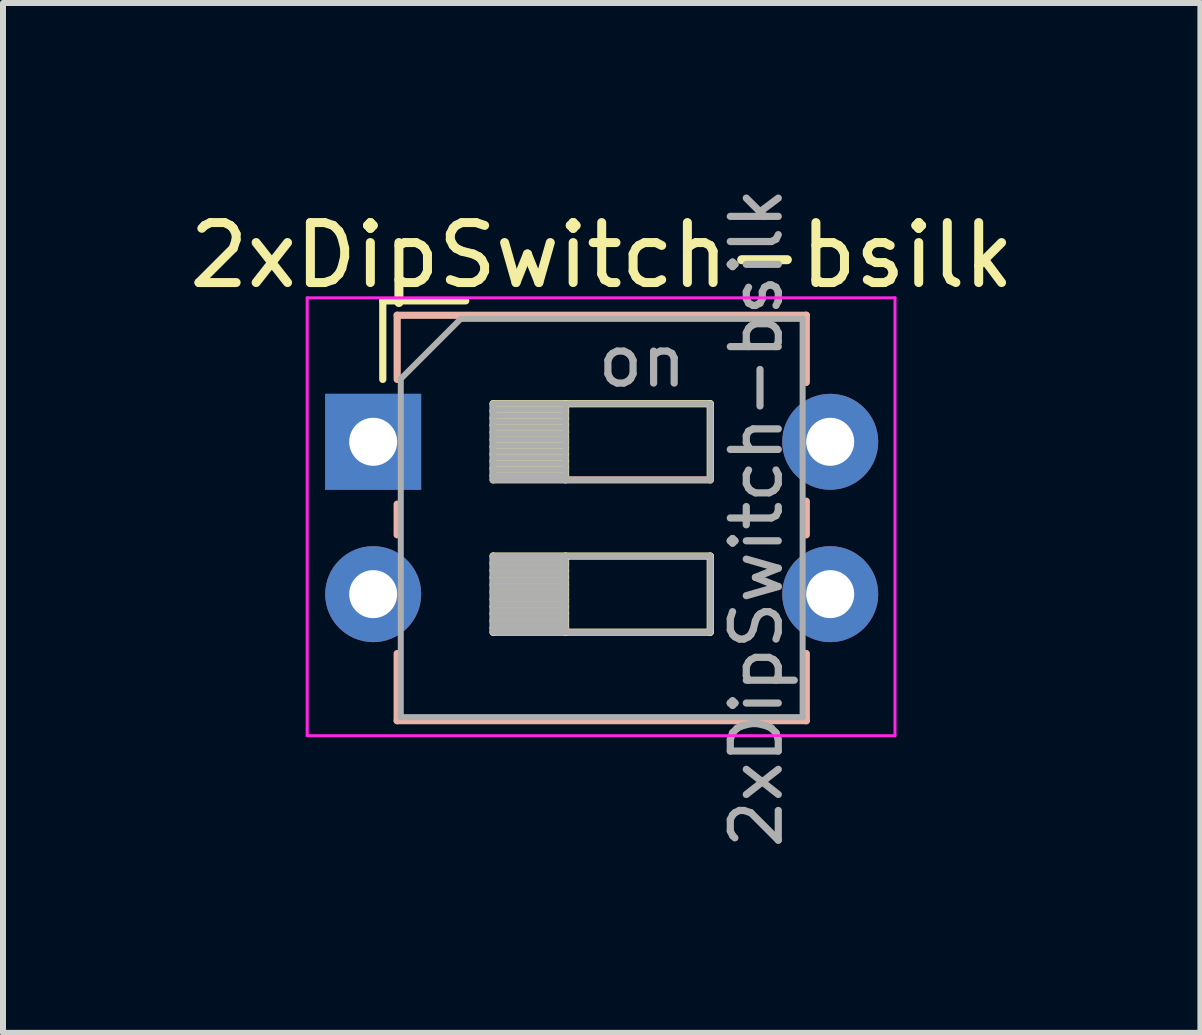
<source format=kicad_pcb>
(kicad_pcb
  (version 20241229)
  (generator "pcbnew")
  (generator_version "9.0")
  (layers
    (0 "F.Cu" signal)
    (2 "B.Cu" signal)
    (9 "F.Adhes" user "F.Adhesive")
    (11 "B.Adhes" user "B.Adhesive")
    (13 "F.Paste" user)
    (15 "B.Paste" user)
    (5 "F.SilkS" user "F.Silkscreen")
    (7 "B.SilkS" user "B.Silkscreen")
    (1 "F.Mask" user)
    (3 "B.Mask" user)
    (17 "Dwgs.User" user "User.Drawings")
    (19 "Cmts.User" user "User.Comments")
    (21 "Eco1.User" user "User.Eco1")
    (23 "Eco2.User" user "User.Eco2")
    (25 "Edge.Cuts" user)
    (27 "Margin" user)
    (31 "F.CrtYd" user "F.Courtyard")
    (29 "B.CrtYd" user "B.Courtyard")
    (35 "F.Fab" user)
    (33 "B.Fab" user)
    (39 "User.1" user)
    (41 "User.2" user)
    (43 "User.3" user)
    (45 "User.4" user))
  (footprint "2xDipSwitch-bsilk"
    (layer "F.Cu")
    (at 3.172 4.316)
    (property "Reference" "2xDipSwitch-bsilk" (at 3.81 -3.11 180) (layer "F.SilkS") (effects (font (size 1 1) (thickness 0.15))))
    (attr through_hole)
    (fp_line (start 0.16 -2.35) (end 0.16 -1.04) (stroke (width 0.12) (type solid)) (layer "F.SilkS"))
    (fp_line (start 0.16 -2.35) (end 1.543 -2.35) (stroke (width 0.12) (type solid)) (layer "F.SilkS"))
    (fp_line (start 2 -0.635) (end 2 0.635) (stroke (width 0.12) (type solid)) (layer "F.SilkS"))
    (fp_line (start 2 -0.515) (end 3.207 -0.515) (stroke (width 0.12) (type solid)) (layer "F.SilkS"))
    (fp_line (start 2 -0.395) (end 3.207 -0.395) (stroke (width 0.12) (type solid)) (layer "F.SilkS"))
    (fp_line (start 2 -0.275) (end 3.207 -0.275) (stroke (width 0.12) (type solid)) (layer "F.SilkS"))
    (fp_line (start 2 -0.155) (end 3.207 -0.155) (stroke (width 0.12) (type solid)) (layer "F.SilkS"))
    (fp_line (start 2 -0.035) (end 3.207 -0.035) (stroke (width 0.12) (type solid)) (layer "F.SilkS"))
    (fp_line (start 2 0.085) (end 3.207 0.085) (stroke (width 0.12) (type solid)) (layer "F.SilkS"))
    (fp_line (start 2 0.205) (end 3.207 0.205) (stroke (width 0.12) (type solid)) (layer "F.SilkS"))
    (fp_line (start 2 0.325) (end 3.207 0.325) (stroke (width 0.12) (type solid)) (layer "F.SilkS"))
    (fp_line (start 2 0.445) (end 3.207 0.445) (stroke (width 0.12) (type solid)) (layer "F.SilkS"))
    (fp_line (start 2 0.565) (end 3.207 0.565) (stroke (width 0.12) (type solid)) (layer "F.SilkS"))
    (fp_line (start 2 1.905) (end 2 3.175) (stroke (width 0.12) (type solid)) (layer "F.SilkS"))
    (fp_line (start 2 2.025) (end 3.207 2.025) (stroke (width 0.12) (type solid)) (layer "F.SilkS"))
    (fp_line (start 2 2.145) (end 3.207 2.145) (stroke (width 0.12) (type solid)) (layer "F.SilkS"))
    (fp_line (start 2 2.265) (end 3.207 2.265) (stroke (width 0.12) (type solid)) (layer "F.SilkS"))
    (fp_line (start 2 2.385) (end 3.207 2.385) (stroke (width 0.12) (type solid)) (layer "F.SilkS"))
    (fp_line (start 2 2.505) (end 3.207 2.505) (stroke (width 0.12) (type solid)) (layer "F.SilkS"))
    (fp_line (start 2 2.625) (end 3.207 2.625) (stroke (width 0.12) (type solid)) (layer "F.SilkS"))
    (fp_line (start 2 2.745) (end 3.207 2.745) (stroke (width 0.12) (type solid)) (layer "F.SilkS"))
    (fp_line (start 2 2.865) (end 3.207 2.865) (stroke (width 0.12) (type solid)) (layer "F.SilkS"))
    (fp_line (start 2 2.985) (end 3.207 2.985) (stroke (width 0.12) (type solid)) (layer "F.SilkS"))
    (fp_line (start 2 3.105) (end 3.207 3.105) (stroke (width 0.12) (type solid)) (layer "F.SilkS"))
    (fp_line (start 2 3.175) (end 5.62 3.175) (stroke (width 0.12) (type solid)) (layer "F.SilkS"))
    (fp_line (start 3.207 -0.635) (end 3.207 0.635) (stroke (width 0.12) (type solid)) (layer "F.SilkS"))
    (fp_line (start 3.207 1.905) (end 3.207 3.175) (stroke (width 0.12) (type solid)) (layer "F.SilkS"))
    (fp_line (start 5.62 -0.635) (end 2 -0.635) (stroke (width 0.12) (type solid)) (layer "F.SilkS"))
    (fp_line (start 5.62 0.635) (end 5.62 -0.635) (stroke (width 0.12) (type solid)) (layer "F.SilkS"))
    (fp_line (start 5.62 1.905) (end 2 1.905) (stroke (width 0.12) (type solid)) (layer "F.SilkS"))
    (fp_line (start 5.62 3.175) (end 5.62 1.905) (stroke (width 0.12) (type solid)) (layer "F.SilkS"))
    (fp_line (start 0.4 -2.11) (end 0.4 -1.04) (stroke (width 0.12) (type solid)) (layer "B.SilkS"))
    (fp_line (start 0.4 -2.11) (end 7.221 -2.11) (stroke (width 0.12) (type solid)) (layer "B.SilkS"))
    (fp_line (start 0.4 1.04) (end 0.4 1.551) (stroke (width 0.12) (type solid)) (layer "B.SilkS"))
    (fp_line (start 0.4 3.53) (end 0.4 4.65) (stroke (width 0.12) (type solid)) (layer "B.SilkS"))
    (fp_line (start 0.4 4.65) (end 7.221 4.65) (stroke (width 0.12) (type solid)) (layer "B.SilkS"))
    (fp_line (start 2 0.635) (end 5.62 0.635) (stroke (width 0.12) (type solid)) (layer "B.SilkS"))
    (fp_line (start 7.221 -2.11) (end 7.221 -0.99) (stroke (width 0.12) (type solid)) (layer "B.SilkS"))
    (fp_line (start 7.221 0.99) (end 7.221 1.551) (stroke (width 0.12) (type solid)) (layer "B.SilkS"))
    (fp_line (start 7.221 3.53) (end 7.221 4.65) (stroke (width 0.12) (type solid)) (layer "B.SilkS"))
    (fp_line (start -1.1 -2.4) (end -1.1 4.9) (stroke (width 0.05) (type solid)) (layer "F.CrtYd"))
    (fp_line (start -1.1 4.9) (end 8.7 4.9) (stroke (width 0.05) (type solid)) (layer "F.CrtYd"))
    (fp_line (start 8.7 -2.4) (end -1.1 -2.4) (stroke (width 0.05) (type solid)) (layer "F.CrtYd"))
    (fp_line (start 8.7 4.9) (end 8.7 -2.4) (stroke (width 0.05) (type solid)) (layer "F.CrtYd"))
    (fp_line (start 0.46 -1.05) (end 1.46 -2.05) (stroke (width 0.1) (type solid)) (layer "F.Fab"))
    (fp_line (start 0.46 4.59) (end 0.46 -1.05) (stroke (width 0.1) (type solid)) (layer "F.Fab"))
    (fp_line (start 1.46 -2.05) (end 7.16 -2.05) (stroke (width 0.1) (type solid)) (layer "F.Fab"))
    (fp_line (start 2 -0.635) (end 2 0.635) (stroke (width 0.1) (type solid)) (layer "F.Fab"))
    (fp_line (start 2 -0.535) (end 3.207 -0.535) (stroke (width 0.1) (type solid)) (layer "F.Fab"))
    (fp_line (start 2 -0.435) (end 3.207 -0.435) (stroke (width 0.1) (type solid)) (layer "F.Fab"))
    (fp_line (start 2 -0.335) (end 3.207 -0.335) (stroke (width 0.1) (type solid)) (layer "F.Fab"))
    (fp_line (start 2 -0.235) (end 3.207 -0.235) (stroke (width 0.1) (type solid)) (layer "F.Fab"))
    (fp_line (start 2 -0.135) (end 3.207 -0.135) (stroke (width 0.1) (type solid)) (layer "F.Fab"))
    (fp_line (start 2 -0.035) (end 3.207 -0.035) (stroke (width 0.1) (type solid)) (layer "F.Fab"))
    (fp_line (start 2 0.065) (end 3.207 0.065) (stroke (width 0.1) (type solid)) (layer "F.Fab"))
    (fp_line (start 2 0.165) (end 3.207 0.165) (stroke (width 0.1) (type solid)) (layer "F.Fab"))
    (fp_line (start 2 0.265) (end 3.207 0.265) (stroke (width 0.1) (type solid)) (layer "F.Fab"))
    (fp_line (start 2 0.365) (end 3.207 0.365) (stroke (width 0.1) (type solid)) (layer "F.Fab"))
    (fp_line (start 2 0.465) (end 3.207 0.465) (stroke (width 0.1) (type solid)) (layer "F.Fab"))
    (fp_line (start 2 0.565) (end 3.207 0.565) (stroke (width 0.1) (type solid)) (layer "F.Fab"))
    (fp_line (start 2 0.635) (end 5.62 0.635) (stroke (width 0.1) (type solid)) (layer "F.Fab"))
    (fp_line (start 2 1.905) (end 2 3.175) (stroke (width 0.1) (type solid)) (layer "F.Fab"))
    (fp_line (start 2 2.005) (end 3.207 2.005) (stroke (width 0.1) (type solid)) (layer "F.Fab"))
    (fp_line (start 2 2.105) (end 3.207 2.105) (stroke (width 0.1) (type solid)) (layer "F.Fab"))
    (fp_line (start 2 2.205) (end 3.207 2.205) (stroke (width 0.1) (type solid)) (layer "F.Fab"))
    (fp_line (start 2 2.305) (end 3.207 2.305) (stroke (width 0.1) (type solid)) (layer "F.Fab"))
    (fp_line (start 2 2.405) (end 3.207 2.405) (stroke (width 0.1) (type solid)) (layer "F.Fab"))
    (fp_line (start 2 2.505) (end 3.207 2.505) (stroke (width 0.1) (type solid)) (layer "F.Fab"))
    (fp_line (start 2 2.605) (end 3.207 2.605) (stroke (width 0.1) (type solid)) (layer "F.Fab"))
    (fp_line (start 2 2.705) (end 3.207 2.705) (stroke (width 0.1) (type solid)) (layer "F.Fab"))
    (fp_line (start 2 2.805) (end 3.207 2.805) (stroke (width 0.1) (type solid)) (layer "F.Fab"))
    (fp_line (start 2 2.905) (end 3.207 2.905) (stroke (width 0.1) (type solid)) (layer "F.Fab"))
    (fp_line (start 2 3.005) (end 3.207 3.005) (stroke (width 0.1) (type solid)) (layer "F.Fab"))
    (fp_line (start 2 3.105) (end 3.207 3.105) (stroke (width 0.1) (type solid)) (layer "F.Fab"))
    (fp_line (start 2 3.175) (end 5.62 3.175) (stroke (width 0.1) (type solid)) (layer "F.Fab"))
    (fp_line (start 3.207 -0.635) (end 3.207 0.635) (stroke (width 0.1) (type solid)) (layer "F.Fab"))
    (fp_line (start 3.207 1.905) (end 3.207 3.175) (stroke (width 0.1) (type solid)) (layer "F.Fab"))
    (fp_line (start 5.62 -0.635) (end 2 -0.635) (stroke (width 0.1) (type solid)) (layer "F.Fab"))
    (fp_line (start 5.62 0.635) (end 5.62 -0.635) (stroke (width 0.1) (type solid)) (layer "F.Fab"))
    (fp_line (start 5.62 1.905) (end 2 1.905) (stroke (width 0.1) (type solid)) (layer "F.Fab"))
    (fp_line (start 5.62 3.175) (end 5.62 1.905) (stroke (width 0.1) (type solid)) (layer "F.Fab"))
    (fp_line (start 7.16 -2.05) (end 7.16 4.59) (stroke (width 0.1) (type solid)) (layer "F.Fab"))
    (fp_line (start 7.16 4.59) (end 0.46 4.59) (stroke (width 0.1) (type solid)) (layer "F.Fab"))
    (fp_text user "${REFERENCE}" (at 6.39 1.27 270) (layer "F.Fab") (effects (font (size 0.8 0.8) (thickness 0.12))))
    (fp_text user "on" (at 4.485 -1.343 180) (layer "F.Fab") (effects (font (size 0.8 0.8) (thickness 0.12))))
    (pad "1" thru_hole rect (at 0 0) (size 1.6 1.6) (drill 0.8) (layers "*.Cu" "*.Mask"))
    (pad "2" thru_hole oval (at 0 2.54) (size 1.6 1.6) (drill 0.8) (layers "*.Cu" "*.Mask"))
    (pad "3" thru_hole oval (at 7.62 2.54) (size 1.6 1.6) (drill 0.8) (layers "*.Cu" "*.Mask"))
    (pad "4" thru_hole oval (at 7.62 0) (size 1.6 1.6) (drill 0.8) (layers "*.Cu" "*.Mask")))
  (gr_rect
    (start -3 -3)
    (end 16.964 14.171)
    (stroke (width 0.1) (type default))
    (fill no)
    (layer "Edge.Cuts")))
</source>
